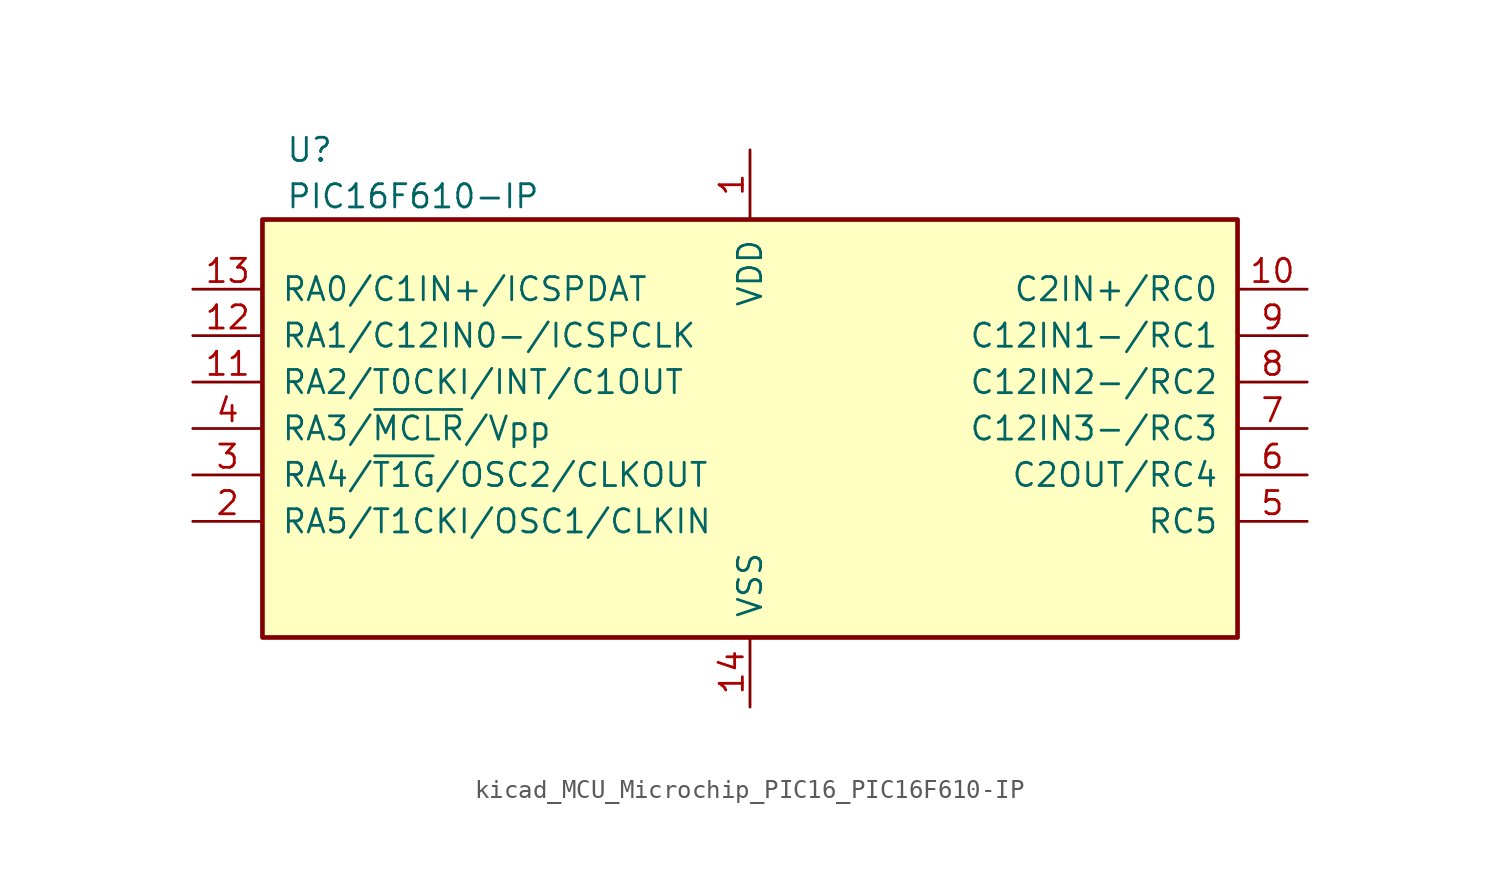
<source format=kicad_sym>
(kicad_symbol_lib
  (version 20220914)
  (generator kicad_symbol_editor)
  (symbol "kicad_MCU_Microchip_PIC16_PIC16F610-IP"
    (pin_names
      (offset 1.016))
    (property "Reference" "U"
      (at -25.4 15.24 0)
      (effects (font (size 1.27 1.27)) (justify left)))
    (property "Value" "PIC16F610-IP"
      (at -25.4 12.7 0)
      (effects (font (size 1.27 1.27)) (justify left)))
    (symbol "kicad_MCU_Microchip_PIC16_PIC16F610-IP_0_1"
      (rectangle (start -26.67 11.43) (end 26.67 -11.43) (stroke (width 0.254) (type default)) (fill (type background))))
    (symbol "kicad_MCU_Microchip_PIC16_PIC16F610-IP_1_1"
      (pin power_in line (at 0 15.24 270) (length 3.81) (name "VDD" (effects (font (size 1.27 1.27)))) (number "1" (effects (font (size 1.27 1.27)))))
      (pin bidirectional line (at 30.48 7.62 180) (length 3.81) (name "C2IN+/RC0" (effects (font (size 1.27 1.27)))) (number "10" (effects (font (size 1.27 1.27)))))
      (pin bidirectional line (at -30.48 2.54 0) (length 3.81) (name "RA2/T0CKI/INT/C1OUT" (effects (font (size 1.27 1.27)))) (number "11" (effects (font (size 1.27 1.27)))))
      (pin bidirectional line (at -30.48 5.08 0) (length 3.81) (name "RA1/C12IN0-/ICSPCLK" (effects (font (size 1.27 1.27)))) (number "12" (effects (font (size 1.27 1.27)))))
      (pin bidirectional line (at -30.48 7.62 0) (length 3.81) (name "RA0/C1IN+/ICSPDAT" (effects (font (size 1.27 1.27)))) (number "13" (effects (font (size 1.27 1.27)))))
      (pin power_in line (at 0 -15.24 90) (length 3.81) (name "VSS" (effects (font (size 1.27 1.27)))) (number "14" (effects (font (size 1.27 1.27)))))
      (pin bidirectional line (at -30.48 -5.08 0) (length 3.81) (name "RA5/T1CKI/OSC1/CLKIN" (effects (font (size 1.27 1.27)))) (number "2" (effects (font (size 1.27 1.27)))))
      (pin bidirectional line (at -30.48 -2.54 0) (length 3.81) (name "RA4/~{T1G}/OSC2/CLKOUT" (effects (font (size 1.27 1.27)))) (number "3" (effects (font (size 1.27 1.27)))))
      (pin input line (at -30.48 0 0) (length 3.81) (name "RA3/~{MCLR}/Vpp" (effects (font (size 1.27 1.27)))) (number "4" (effects (font (size 1.27 1.27)))))
      (pin bidirectional line (at 30.48 -5.08 180) (length 3.81) (name "RC5" (effects (font (size 1.27 1.27)))) (number "5" (effects (font (size 1.27 1.27)))))
      (pin bidirectional line (at 30.48 -2.54 180) (length 3.81) (name "C2OUT/RC4" (effects (font (size 1.27 1.27)))) (number "6" (effects (font (size 1.27 1.27)))))
      (pin bidirectional line (at 30.48 0 180) (length 3.81) (name "C12IN3-/RC3" (effects (font (size 1.27 1.27)))) (number "7" (effects (font (size 1.27 1.27)))))
      (pin bidirectional line (at 30.48 2.54 180) (length 3.81) (name "C12IN2-/RC2" (effects (font (size 1.27 1.27)))) (number "8" (effects (font (size 1.27 1.27)))))
      (pin bidirectional line (at 30.48 5.08 180) (length 3.81) (name "C12IN1-/RC1" (effects (font (size 1.27 1.27)))) (number "9" (effects (font (size 1.27 1.27))))))))
</source>
